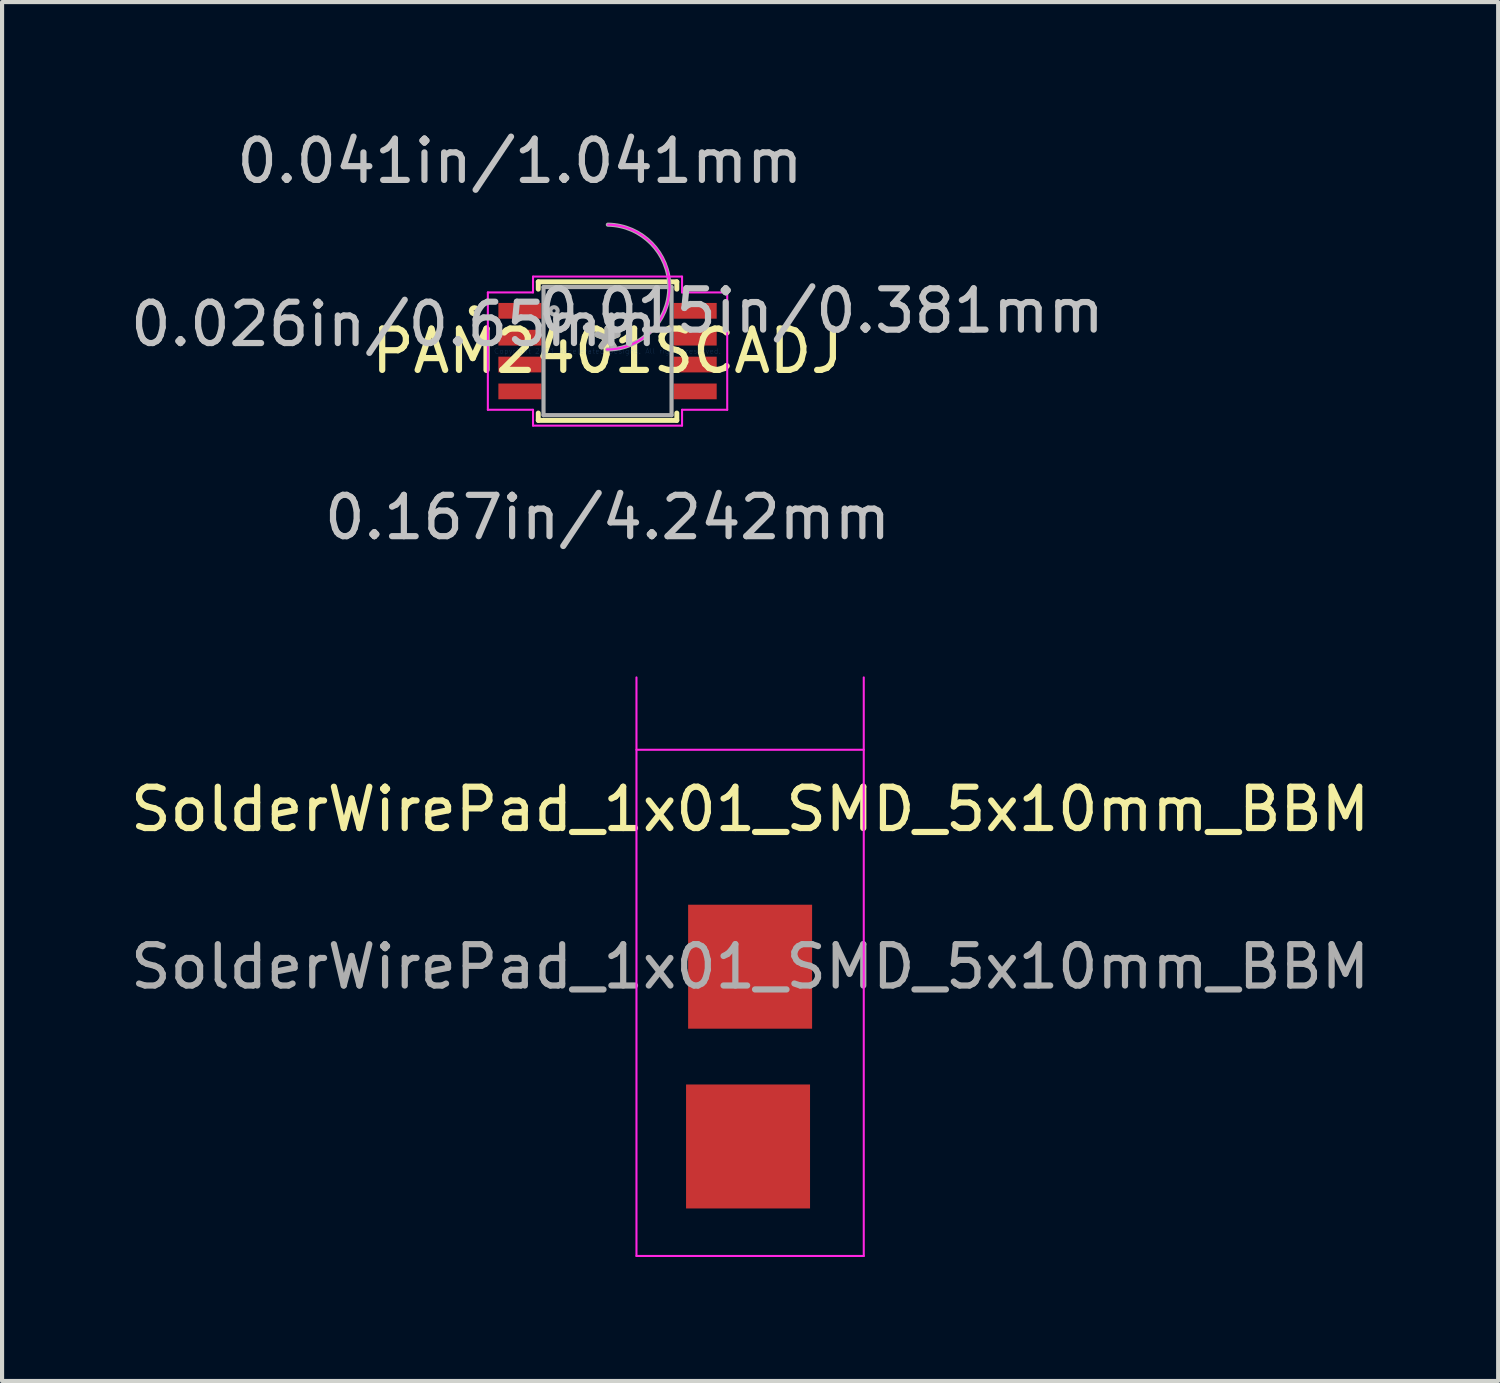
<source format=kicad_pcb>
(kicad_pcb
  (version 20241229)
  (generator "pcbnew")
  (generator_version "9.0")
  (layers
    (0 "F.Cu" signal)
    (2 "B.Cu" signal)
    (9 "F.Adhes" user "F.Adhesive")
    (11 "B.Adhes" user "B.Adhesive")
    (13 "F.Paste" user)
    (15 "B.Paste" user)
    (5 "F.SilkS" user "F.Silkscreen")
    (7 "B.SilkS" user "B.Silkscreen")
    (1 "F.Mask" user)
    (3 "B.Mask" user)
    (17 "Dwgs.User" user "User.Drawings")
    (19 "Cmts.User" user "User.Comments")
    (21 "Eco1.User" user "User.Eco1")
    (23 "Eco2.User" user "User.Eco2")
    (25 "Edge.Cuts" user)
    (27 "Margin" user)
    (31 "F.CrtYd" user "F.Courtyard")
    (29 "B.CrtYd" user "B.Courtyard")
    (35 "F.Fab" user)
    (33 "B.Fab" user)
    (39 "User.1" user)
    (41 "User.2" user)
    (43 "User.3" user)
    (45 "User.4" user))
  (footprint "SolderWirePad_1x01_SMD_5x10mm_BBM"
    (layer "F.Cu")
    (at 15.101 20.342)
    (property "Reference" "SolderWirePad_1x01_SMD_5x10mm_BBM" (at 0 -3.81 0) (layer "F.SilkS") (effects (font (size 1 1) (thickness 0.15))))
    (attr smd exclude_from_pos_files exclude_from_bom)
    (fp_line (start -2.75 -7) (end -2.75 7) (stroke (width 0.05) (type solid)) (layer "F.CrtYd"))
    (fp_line (start -2.75 7) (end 2.75 7) (stroke (width 0.05) (type solid)) (layer "F.CrtYd"))
    (fp_line (start 2.75 -5.25) (end -2.75 -5.25) (stroke (width 0.05) (type solid)) (layer "F.CrtYd"))
    (fp_line (start 2.75 7) (end 2.75 -7) (stroke (width 0.05) (type solid)) (layer "F.CrtYd"))
    (fp_text user "${REFERENCE}" (at 0 0 0) (layer "F.Fab") (effects (font (size 1 1) (thickness 0.15))))
    (pad "1" smd rect (at 0 0) (size 3 3) (layers "F.Cu" "F.Mask" "F.Paste"))
    (pad "2" smd rect (at -0.05 4.35) (size 3 3) (layers "F.Cu" "F.Mask" "F.Paste")))
  (footprint "PAM2401SCADJ"
    (layer "F.Cu")
    (at 11.651 5.446)
    (property "Reference" "PAM2401SCADJ" (at 0 0 0) (layer "F.SilkS") (effects (font (size 1 1) (thickness 0.15))))
    (attr through_hole)
    (fp_line (start -1.676 -1.676) (end -1.676 -1.499) (stroke (width 0.12) (type solid)) (layer "F.SilkS"))
    (fp_line (start -1.676 1.499) (end -1.676 1.676) (stroke (width 0.12) (type solid)) (layer "F.SilkS"))
    (fp_line (start -1.676 1.676) (end 1.676 1.676) (stroke (width 0.12) (type solid)) (layer "F.SilkS"))
    (fp_line (start 1.676 -1.676) (end -1.676 -1.676) (stroke (width 0.12) (type solid)) (layer "F.SilkS"))
    (fp_line (start 1.676 -1.499) (end 1.676 -1.676) (stroke (width 0.12) (type solid)) (layer "F.SilkS"))
    (fp_line (start 1.676 1.676) (end 1.676 1.499) (stroke (width 0.12) (type solid)) (layer "F.SilkS"))
    (fp_circle (center -3.221 -0.975) (end -3.145 -0.975) (stroke (width 0.12) (type solid)) (fill no) (layer "F.SilkS"))
    (fp_line (start -2.896 -1.42) (end -1.803 -1.42) (stroke (width 0.05) (type solid)) (layer "F.CrtYd"))
    (fp_line (start -2.896 1.42) (end -2.896 -1.42) (stroke (width 0.05) (type solid)) (layer "F.CrtYd"))
    (fp_line (start -1.803 -1.803) (end 1.803 -1.803) (stroke (width 0.05) (type solid)) (layer "F.CrtYd"))
    (fp_line (start -1.803 -1.42) (end -1.803 -1.803) (stroke (width 0.05) (type solid)) (layer "F.CrtYd"))
    (fp_line (start -1.803 1.42) (end -2.896 1.42) (stroke (width 0.05) (type solid)) (layer "F.CrtYd"))
    (fp_line (start -1.803 1.803) (end -1.803 1.42) (stroke (width 0.05) (type solid)) (layer "F.CrtYd"))
    (fp_line (start 1.803 -1.803) (end 1.803 -1.42) (stroke (width 0.05) (type solid)) (layer "F.CrtYd"))
    (fp_line (start 1.803 -1.42) (end 2.896 -1.42) (stroke (width 0.05) (type solid)) (layer "F.CrtYd"))
    (fp_line (start 1.803 1.42) (end 1.803 1.803) (stroke (width 0.05) (type solid)) (layer "F.CrtYd"))
    (fp_line (start 1.803 1.803) (end -1.803 1.803) (stroke (width 0.05) (type solid)) (layer "F.CrtYd"))
    (fp_line (start 2.896 -1.42) (end 2.896 1.42) (stroke (width 0.05) (type solid)) (layer "F.CrtYd"))
    (fp_line (start 2.896 1.42) (end 1.803 1.42) (stroke (width 0.05) (type solid)) (layer "F.CrtYd"))
    (fp_arc (start 0.013118 -3.059445) (mid 1.510045 -1.536282) (end -0.013118 -0.039355) (stroke (width 0.05) (type solid)) (layer "F.CrtYd"))
    (fp_line (start -1.549 -1.549) (end -1.549 1.549) (stroke (width 0.1) (type solid)) (layer "F.Fab"))
    (fp_line (start -1.549 1.549) (end 1.549 1.549) (stroke (width 0.1) (type solid)) (layer "F.Fab"))
    (fp_line (start 1.549 -1.549) (end -1.549 -1.549) (stroke (width 0.1) (type solid)) (layer "F.Fab"))
    (fp_line (start 1.549 1.549) (end 1.549 -1.549) (stroke (width 0.1) (type solid)) (layer "F.Fab"))
    (fp_arc (start 0.007742 -3.059445) (mid 1.510045 -1.541658) (end -0.007742 -0.039355) (stroke (width 0.1) (type solid)) (layer "F.Fab"))
    (fp_circle (center -1.295 -0.975) (end -1.257 -0.975) (stroke (width 0.1) (type solid)) (fill no) (layer "F.Fab"))
    (fp_text user "*" (at 0 0 0) (layer "F.SilkS") (effects (font (size 1 1) (thickness 0.15))))
    (fp_text user "0.015in/0.381mm" (at 5.169 -0.975 0) (layer "Dwgs.User") (effects (font (size 1 1) (thickness 0.15))))
    (fp_text user "0.167in/4.242mm" (at 0 4.023 0) (layer "Dwgs.User") (effects (font (size 1 1) (thickness 0.15))))
    (fp_text user "0.041in/1.041mm" (at -2.121 -4.597 0) (layer "Dwgs.User") (effects (font (size 1 1) (thickness 0.15))))
    (fp_text user "0.026in/0.65mm" (at -5.169 -0.65 0) (layer "Dwgs.User") (effects (font (size 1 1) (thickness 0.15))))
    (fp_text user "Copyright 2021 Accelerated Designs. All rights reserved." (at 0 0 0) (layer "Cmts.User") (effects (font (size 0.127 0.127) (thickness 0.002))))
    (fp_text user "*" (at 0 0 0) (layer "F.Fab") (effects (font (size 1 1) (thickness 0.15))))
    (pad "1" smd rect (at -2.121 -0.975) (size 1.041 0.381) (layers "F.Cu" "F.Mask" "F.Paste"))
    (pad "2" smd rect (at -2.121 -0.325) (size 1.041 0.381) (layers "F.Cu" "F.Mask" "F.Paste"))
    (pad "3" smd rect (at -2.121 0.325) (size 1.041 0.381) (layers "F.Cu" "F.Mask" "F.Paste"))
    (pad "4" smd rect (at -2.121 0.975) (size 1.041 0.381) (layers "F.Cu" "F.Mask" "F.Paste"))
    (pad "5" smd rect (at 2.121 0.975) (size 1.041 0.381) (layers "F.Cu" "F.Mask" "F.Paste"))
    (pad "6" smd rect (at 2.121 0.325) (size 1.041 0.381) (layers "F.Cu" "F.Mask" "F.Paste"))
    (pad "7" smd rect (at 2.121 -0.325) (size 1.041 0.381) (layers "F.Cu" "F.Mask" "F.Paste"))
    (pad "8" smd rect (at 2.121 -0.975) (size 1.041 0.381) (layers "F.Cu" "F.Mask" "F.Paste")))
  (gr_rect
    (start -3 -3)
    (end 33.202 30.367)
    (stroke (width 0.1) (type default))
    (fill no)
    (layer "Edge.Cuts")))
</source>
